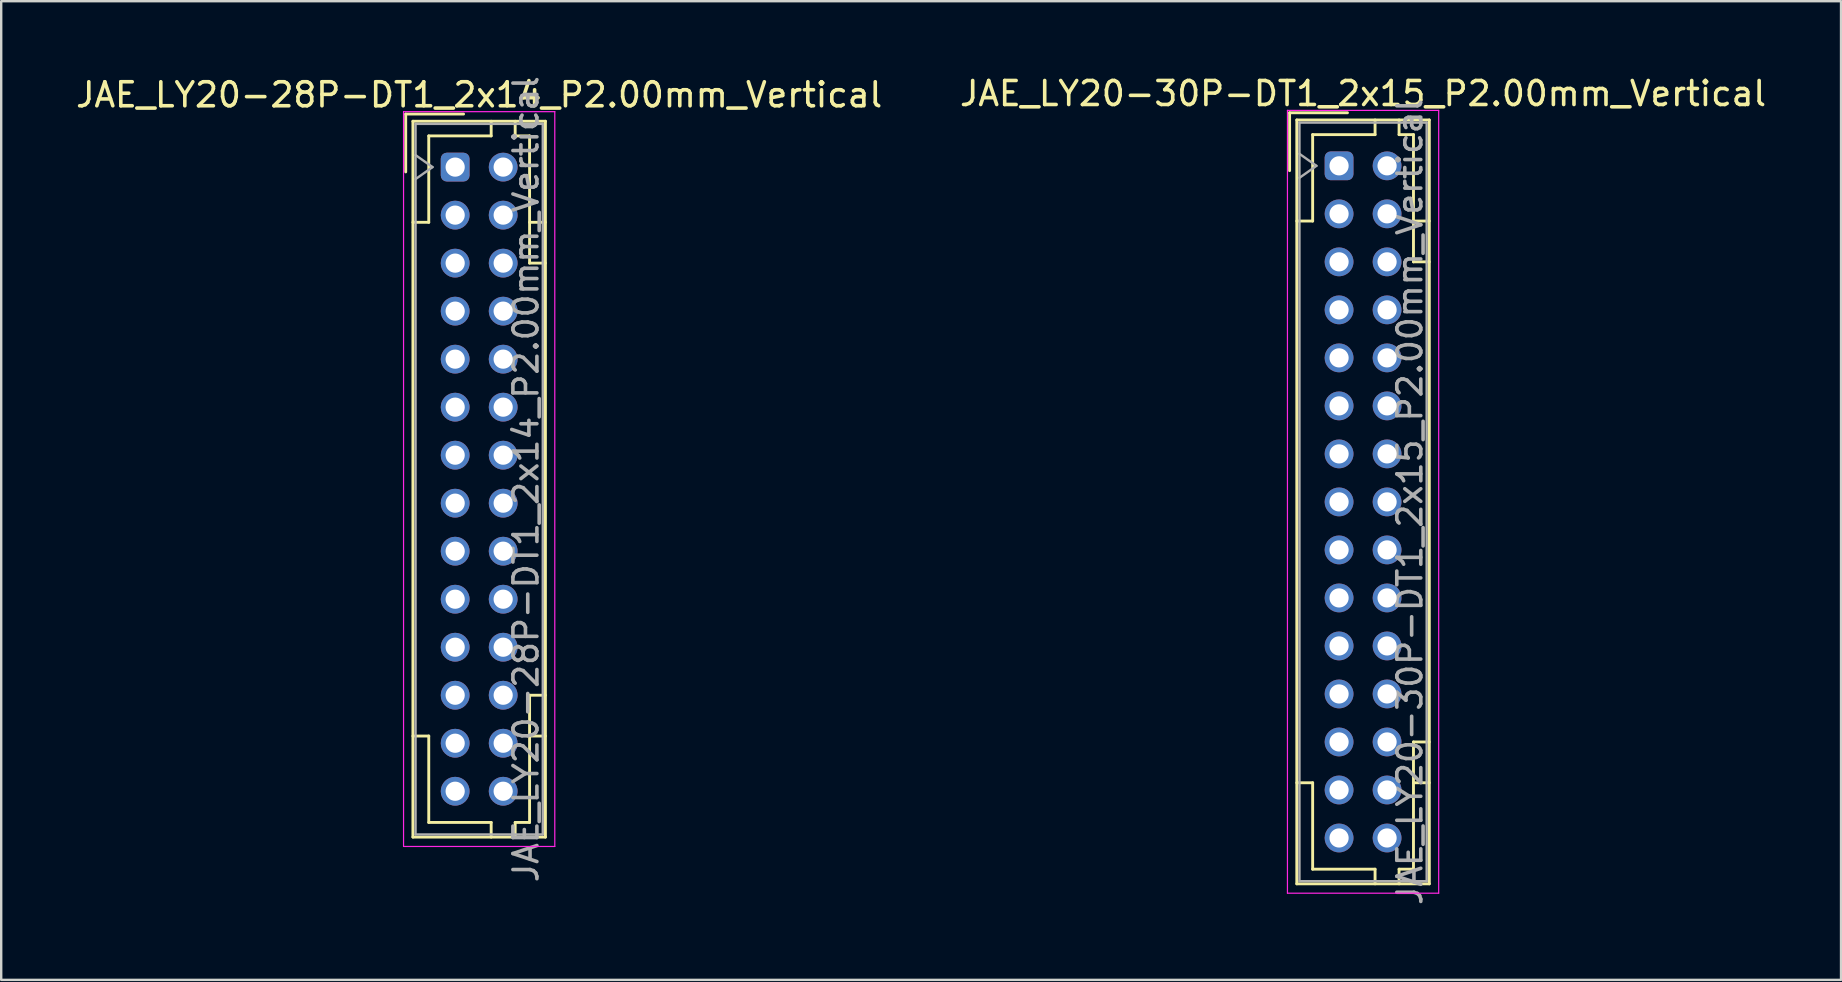
<source format=kicad_pcb>
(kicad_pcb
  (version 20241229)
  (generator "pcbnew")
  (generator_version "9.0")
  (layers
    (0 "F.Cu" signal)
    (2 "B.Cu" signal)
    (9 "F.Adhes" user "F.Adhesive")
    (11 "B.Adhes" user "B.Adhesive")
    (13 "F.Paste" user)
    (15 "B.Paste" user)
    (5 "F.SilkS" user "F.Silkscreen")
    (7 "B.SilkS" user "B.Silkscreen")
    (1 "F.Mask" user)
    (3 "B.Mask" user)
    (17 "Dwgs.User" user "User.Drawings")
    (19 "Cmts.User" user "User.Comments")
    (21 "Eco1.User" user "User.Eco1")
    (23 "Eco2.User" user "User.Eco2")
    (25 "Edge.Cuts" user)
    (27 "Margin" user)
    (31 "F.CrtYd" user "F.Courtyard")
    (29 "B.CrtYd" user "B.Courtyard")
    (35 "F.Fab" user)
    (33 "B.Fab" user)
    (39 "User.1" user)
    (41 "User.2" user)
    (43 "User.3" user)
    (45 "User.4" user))
  (footprint "JAE_LY20-28P-DT1_2x14_P2.00mm_Vertical"
    (layer "F.Cu")
    (at 15.911 3.911)
    (property "Reference" "JAE_LY20-28P-DT1_2x14_P2.00mm_Vertical" (at 1 -3.01 0) (layer "F.SilkS") (effects (font (size 1 1) (thickness 0.15))))
    (attr through_hole)
    (fp_line (start -2.06 -2.21) (end -2.06 0.2) (stroke (width 0.12) (type solid)) (layer "F.SilkS"))
    (fp_line (start -1.76 -1.91) (end -1.76 27.91) (stroke (width 0.12) (type solid)) (layer "F.SilkS"))
    (fp_line (start -1.76 27.91) (end 3.76 27.91) (stroke (width 0.12) (type solid)) (layer "F.SilkS"))
    (fp_line (start -1.1 -1.3) (end -1.1 2.3) (stroke (width 0.12) (type solid)) (layer "F.SilkS"))
    (fp_line (start -1.1 2.3) (end -1.76 2.3) (stroke (width 0.12) (type solid)) (layer "F.SilkS"))
    (fp_line (start -1.1 23.7) (end -1.76 23.7) (stroke (width 0.12) (type solid)) (layer "F.SilkS"))
    (fp_line (start -1.1 27.3) (end -1.1 23.7) (stroke (width 0.12) (type solid)) (layer "F.SilkS"))
    (fp_line (start 0.35 -2.21) (end -2.06 -2.21) (stroke (width 0.12) (type solid)) (layer "F.SilkS"))
    (fp_line (start 1.5 -1.91) (end 1.5 -1.3) (stroke (width 0.12) (type solid)) (layer "F.SilkS"))
    (fp_line (start 1.5 -1.3) (end -1.1 -1.3) (stroke (width 0.12) (type solid)) (layer "F.SilkS"))
    (fp_line (start 1.5 27.3) (end -1.1 27.3) (stroke (width 0.12) (type solid)) (layer "F.SilkS"))
    (fp_line (start 1.5 27.91) (end 1.5 27.3) (stroke (width 0.12) (type solid)) (layer "F.SilkS"))
    (fp_line (start 2.5 -1.91) (end 2.5 -1.3) (stroke (width 0.12) (type solid)) (layer "F.SilkS"))
    (fp_line (start 2.5 -1.3) (end 3.1 -1.3) (stroke (width 0.12) (type solid)) (layer "F.SilkS"))
    (fp_line (start 2.5 27.3) (end 3.1 27.3) (stroke (width 0.12) (type solid)) (layer "F.SilkS"))
    (fp_line (start 2.5 27.91) (end 2.5 27.3) (stroke (width 0.12) (type solid)) (layer "F.SilkS"))
    (fp_line (start 3.1 -1.3) (end 3.1 4) (stroke (width 0.12) (type solid)) (layer "F.SilkS"))
    (fp_line (start 3.1 4) (end 3.76 4) (stroke (width 0.12) (type solid)) (layer "F.SilkS"))
    (fp_line (start 3.1 22) (end 3.76 22) (stroke (width 0.12) (type solid)) (layer "F.SilkS"))
    (fp_line (start 3.1 27.3) (end 3.1 22) (stroke (width 0.12) (type solid)) (layer "F.SilkS"))
    (fp_line (start 3.76 -1.91) (end -1.76 -1.91) (stroke (width 0.12) (type solid)) (layer "F.SilkS"))
    (fp_line (start 3.76 2.3) (end 3.1 2.3) (stroke (width 0.12) (type solid)) (layer "F.SilkS"))
    (fp_line (start 3.76 23.7) (end 3.1 23.7) (stroke (width 0.12) (type solid)) (layer "F.SilkS"))
    (fp_line (start 3.76 27.91) (end 3.76 -1.91) (stroke (width 0.12) (type solid)) (layer "F.SilkS"))
    (fp_line (start -2.15 -2.31) (end -2.15 28.3) (stroke (width 0.05) (type solid)) (layer "F.CrtYd"))
    (fp_line (start -2.15 28.3) (end 4.15 28.3) (stroke (width 0.05) (type solid)) (layer "F.CrtYd"))
    (fp_line (start 4.15 -2.31) (end -2.15 -2.31) (stroke (width 0.05) (type solid)) (layer "F.CrtYd"))
    (fp_line (start 4.15 28.3) (end 4.15 -2.31) (stroke (width 0.05) (type solid)) (layer "F.CrtYd"))
    (fp_line (start -1.65 -1.8) (end -1.65 27.8) (stroke (width 0.1) (type solid)) (layer "F.Fab"))
    (fp_line (start -1.65 0.5) (end -0.943 0) (stroke (width 0.1) (type solid)) (layer "F.Fab"))
    (fp_line (start -1.65 27.8) (end 3.65 27.8) (stroke (width 0.1) (type solid)) (layer "F.Fab"))
    (fp_line (start -0.943 0) (end -1.65 -0.5) (stroke (width 0.1) (type solid)) (layer "F.Fab"))
    (fp_line (start 3.65 -1.8) (end -1.65 -1.8) (stroke (width 0.1) (type solid)) (layer "F.Fab"))
    (fp_line (start 3.65 27.8) (end 3.65 -1.8) (stroke (width 0.1) (type solid)) (layer "F.Fab"))
    (fp_text user "${REFERENCE}" (at 2.95 13 90) (layer "F.Fab") (effects (font (size 1 1) (thickness 0.15))))
    (pad "a1" thru_hole roundrect (at 0 0) (size 1.2 1.2) (drill 0.8) (layers "*.Cu" "*.Mask") (roundrect_rratio 0.208))
    (pad "a2" thru_hole circle (at 0 2) (size 1.2 1.2) (drill 0.8) (layers "*.Cu" "*.Mask"))
    (pad "a3" thru_hole circle (at 0 4) (size 1.2 1.2) (drill 0.8) (layers "*.Cu" "*.Mask"))
    (pad "a4" thru_hole circle (at 0 6) (size 1.2 1.2) (drill 0.8) (layers "*.Cu" "*.Mask"))
    (pad "a5" thru_hole circle (at 0 8) (size 1.2 1.2) (drill 0.8) (layers "*.Cu" "*.Mask"))
    (pad "a6" thru_hole circle (at 0 10) (size 1.2 1.2) (drill 0.8) (layers "*.Cu" "*.Mask"))
    (pad "a7" thru_hole circle (at 0 12) (size 1.2 1.2) (drill 0.8) (layers "*.Cu" "*.Mask"))
    (pad "a8" thru_hole circle (at 0 14) (size 1.2 1.2) (drill 0.8) (layers "*.Cu" "*.Mask"))
    (pad "a9" thru_hole circle (at 0 16) (size 1.2 1.2) (drill 0.8) (layers "*.Cu" "*.Mask"))
    (pad "a10" thru_hole circle (at 0 18) (size 1.2 1.2) (drill 0.8) (layers "*.Cu" "*.Mask"))
    (pad "a11" thru_hole circle (at 0 20) (size 1.2 1.2) (drill 0.8) (layers "*.Cu" "*.Mask"))
    (pad "a12" thru_hole circle (at 0 22) (size 1.2 1.2) (drill 0.8) (layers "*.Cu" "*.Mask"))
    (pad "a13" thru_hole circle (at 0 24) (size 1.2 1.2) (drill 0.8) (layers "*.Cu" "*.Mask"))
    (pad "a14" thru_hole circle (at 0 26) (size 1.2 1.2) (drill 0.8) (layers "*.Cu" "*.Mask"))
    (pad "b1" thru_hole circle (at 2 0) (size 1.2 1.2) (drill 0.8) (layers "*.Cu" "*.Mask"))
    (pad "b2" thru_hole circle (at 2 2) (size 1.2 1.2) (drill 0.8) (layers "*.Cu" "*.Mask"))
    (pad "b3" thru_hole circle (at 2 4) (size 1.2 1.2) (drill 0.8) (layers "*.Cu" "*.Mask"))
    (pad "b4" thru_hole circle (at 2 6) (size 1.2 1.2) (drill 0.8) (layers "*.Cu" "*.Mask"))
    (pad "b5" thru_hole circle (at 2 8) (size 1.2 1.2) (drill 0.8) (layers "*.Cu" "*.Mask"))
    (pad "b6" thru_hole circle (at 2 10) (size 1.2 1.2) (drill 0.8) (layers "*.Cu" "*.Mask"))
    (pad "b7" thru_hole circle (at 2 12) (size 1.2 1.2) (drill 0.8) (layers "*.Cu" "*.Mask"))
    (pad "b8" thru_hole circle (at 2 14) (size 1.2 1.2) (drill 0.8) (layers "*.Cu" "*.Mask"))
    (pad "b9" thru_hole circle (at 2 16) (size 1.2 1.2) (drill 0.8) (layers "*.Cu" "*.Mask"))
    (pad "b10" thru_hole circle (at 2 18) (size 1.2 1.2) (drill 0.8) (layers "*.Cu" "*.Mask"))
    (pad "b11" thru_hole circle (at 2 20) (size 1.2 1.2) (drill 0.8) (layers "*.Cu" "*.Mask"))
    (pad "b12" thru_hole circle (at 2 22) (size 1.2 1.2) (drill 0.8) (layers "*.Cu" "*.Mask"))
    (pad "b13" thru_hole circle (at 2 24) (size 1.2 1.2) (drill 0.8) (layers "*.Cu" "*.Mask"))
    (pad "b14" thru_hole circle (at 2 26) (size 1.2 1.2) (drill 0.8) (layers "*.Cu" "*.Mask")))
  (footprint "JAE_LY20-30P-DT1_2x15_P2.00mm_Vertical"
    (layer "F.Cu")
    (at 52.732 3.858)
    (property "Reference" "JAE_LY20-30P-DT1_2x15_P2.00mm_Vertical" (at 1 -3.01 0) (layer "F.SilkS") (effects (font (size 1 1) (thickness 0.15))))
    (attr through_hole)
    (fp_line (start -2.06 -2.21) (end -2.06 0.2) (stroke (width 0.12) (type solid)) (layer "F.SilkS"))
    (fp_line (start -1.76 -1.91) (end -1.76 29.91) (stroke (width 0.12) (type solid)) (layer "F.SilkS"))
    (fp_line (start -1.76 29.91) (end 3.76 29.91) (stroke (width 0.12) (type solid)) (layer "F.SilkS"))
    (fp_line (start -1.1 -1.3) (end -1.1 2.3) (stroke (width 0.12) (type solid)) (layer "F.SilkS"))
    (fp_line (start -1.1 2.3) (end -1.76 2.3) (stroke (width 0.12) (type solid)) (layer "F.SilkS"))
    (fp_line (start -1.1 25.7) (end -1.76 25.7) (stroke (width 0.12) (type solid)) (layer "F.SilkS"))
    (fp_line (start -1.1 29.3) (end -1.1 25.7) (stroke (width 0.12) (type solid)) (layer "F.SilkS"))
    (fp_line (start 0.35 -2.21) (end -2.06 -2.21) (stroke (width 0.12) (type solid)) (layer "F.SilkS"))
    (fp_line (start 1.5 -1.91) (end 1.5 -1.3) (stroke (width 0.12) (type solid)) (layer "F.SilkS"))
    (fp_line (start 1.5 -1.3) (end -1.1 -1.3) (stroke (width 0.12) (type solid)) (layer "F.SilkS"))
    (fp_line (start 1.5 29.3) (end -1.1 29.3) (stroke (width 0.12) (type solid)) (layer "F.SilkS"))
    (fp_line (start 1.5 29.91) (end 1.5 29.3) (stroke (width 0.12) (type solid)) (layer "F.SilkS"))
    (fp_line (start 2.5 -1.91) (end 2.5 -1.3) (stroke (width 0.12) (type solid)) (layer "F.SilkS"))
    (fp_line (start 2.5 -1.3) (end 3.1 -1.3) (stroke (width 0.12) (type solid)) (layer "F.SilkS"))
    (fp_line (start 2.5 29.3) (end 3.1 29.3) (stroke (width 0.12) (type solid)) (layer "F.SilkS"))
    (fp_line (start 2.5 29.91) (end 2.5 29.3) (stroke (width 0.12) (type solid)) (layer "F.SilkS"))
    (fp_line (start 3.1 -1.3) (end 3.1 4) (stroke (width 0.12) (type solid)) (layer "F.SilkS"))
    (fp_line (start 3.1 4) (end 3.76 4) (stroke (width 0.12) (type solid)) (layer "F.SilkS"))
    (fp_line (start 3.1 24) (end 3.76 24) (stroke (width 0.12) (type solid)) (layer "F.SilkS"))
    (fp_line (start 3.1 29.3) (end 3.1 24) (stroke (width 0.12) (type solid)) (layer "F.SilkS"))
    (fp_line (start 3.76 -1.91) (end -1.76 -1.91) (stroke (width 0.12) (type solid)) (layer "F.SilkS"))
    (fp_line (start 3.76 2.3) (end 3.1 2.3) (stroke (width 0.12) (type solid)) (layer "F.SilkS"))
    (fp_line (start 3.76 25.7) (end 3.1 25.7) (stroke (width 0.12) (type solid)) (layer "F.SilkS"))
    (fp_line (start 3.76 29.91) (end 3.76 -1.91) (stroke (width 0.12) (type solid)) (layer "F.SilkS"))
    (fp_line (start -2.15 -2.31) (end -2.15 30.3) (stroke (width 0.05) (type solid)) (layer "F.CrtYd"))
    (fp_line (start -2.15 30.3) (end 4.15 30.3) (stroke (width 0.05) (type solid)) (layer "F.CrtYd"))
    (fp_line (start 4.15 -2.31) (end -2.15 -2.31) (stroke (width 0.05) (type solid)) (layer "F.CrtYd"))
    (fp_line (start 4.15 30.3) (end 4.15 -2.31) (stroke (width 0.05) (type solid)) (layer "F.CrtYd"))
    (fp_line (start -1.65 -1.8) (end -1.65 29.8) (stroke (width 0.1) (type solid)) (layer "F.Fab"))
    (fp_line (start -1.65 0.5) (end -0.943 0) (stroke (width 0.1) (type solid)) (layer "F.Fab"))
    (fp_line (start -1.65 29.8) (end 3.65 29.8) (stroke (width 0.1) (type solid)) (layer "F.Fab"))
    (fp_line (start -0.943 0) (end -1.65 -0.5) (stroke (width 0.1) (type solid)) (layer "F.Fab"))
    (fp_line (start 3.65 -1.8) (end -1.65 -1.8) (stroke (width 0.1) (type solid)) (layer "F.Fab"))
    (fp_line (start 3.65 29.8) (end 3.65 -1.8) (stroke (width 0.1) (type solid)) (layer "F.Fab"))
    (fp_text user "${REFERENCE}" (at 2.95 14 90) (layer "F.Fab") (effects (font (size 1 1) (thickness 0.15))))
    (pad "a1" thru_hole roundrect (at 0 0) (size 1.2 1.2) (drill 0.8) (layers "*.Cu" "*.Mask") (roundrect_rratio 0.208))
    (pad "a2" thru_hole circle (at 0 2) (size 1.2 1.2) (drill 0.8) (layers "*.Cu" "*.Mask"))
    (pad "a3" thru_hole circle (at 0 4) (size 1.2 1.2) (drill 0.8) (layers "*.Cu" "*.Mask"))
    (pad "a4" thru_hole circle (at 0 6) (size 1.2 1.2) (drill 0.8) (layers "*.Cu" "*.Mask"))
    (pad "a5" thru_hole circle (at 0 8) (size 1.2 1.2) (drill 0.8) (layers "*.Cu" "*.Mask"))
    (pad "a6" thru_hole circle (at 0 10) (size 1.2 1.2) (drill 0.8) (layers "*.Cu" "*.Mask"))
    (pad "a7" thru_hole circle (at 0 12) (size 1.2 1.2) (drill 0.8) (layers "*.Cu" "*.Mask"))
    (pad "a8" thru_hole circle (at 0 14) (size 1.2 1.2) (drill 0.8) (layers "*.Cu" "*.Mask"))
    (pad "a9" thru_hole circle (at 0 16) (size 1.2 1.2) (drill 0.8) (layers "*.Cu" "*.Mask"))
    (pad "a10" thru_hole circle (at 0 18) (size 1.2 1.2) (drill 0.8) (layers "*.Cu" "*.Mask"))
    (pad "a11" thru_hole circle (at 0 20) (size 1.2 1.2) (drill 0.8) (layers "*.Cu" "*.Mask"))
    (pad "a12" thru_hole circle (at 0 22) (size 1.2 1.2) (drill 0.8) (layers "*.Cu" "*.Mask"))
    (pad "a13" thru_hole circle (at 0 24) (size 1.2 1.2) (drill 0.8) (layers "*.Cu" "*.Mask"))
    (pad "a14" thru_hole circle (at 0 26) (size 1.2 1.2) (drill 0.8) (layers "*.Cu" "*.Mask"))
    (pad "a15" thru_hole circle (at 0 28) (size 1.2 1.2) (drill 0.8) (layers "*.Cu" "*.Mask"))
    (pad "b1" thru_hole circle (at 2 0) (size 1.2 1.2) (drill 0.8) (layers "*.Cu" "*.Mask"))
    (pad "b2" thru_hole circle (at 2 2) (size 1.2 1.2) (drill 0.8) (layers "*.Cu" "*.Mask"))
    (pad "b3" thru_hole circle (at 2 4) (size 1.2 1.2) (drill 0.8) (layers "*.Cu" "*.Mask"))
    (pad "b4" thru_hole circle (at 2 6) (size 1.2 1.2) (drill 0.8) (layers "*.Cu" "*.Mask"))
    (pad "b5" thru_hole circle (at 2 8) (size 1.2 1.2) (drill 0.8) (layers "*.Cu" "*.Mask"))
    (pad "b6" thru_hole circle (at 2 10) (size 1.2 1.2) (drill 0.8) (layers "*.Cu" "*.Mask"))
    (pad "b7" thru_hole circle (at 2 12) (size 1.2 1.2) (drill 0.8) (layers "*.Cu" "*.Mask"))
    (pad "b8" thru_hole circle (at 2 14) (size 1.2 1.2) (drill 0.8) (layers "*.Cu" "*.Mask"))
    (pad "b9" thru_hole circle (at 2 16) (size 1.2 1.2) (drill 0.8) (layers "*.Cu" "*.Mask"))
    (pad "b10" thru_hole circle (at 2 18) (size 1.2 1.2) (drill 0.8) (layers "*.Cu" "*.Mask"))
    (pad "b11" thru_hole circle (at 2 20) (size 1.2 1.2) (drill 0.8) (layers "*.Cu" "*.Mask"))
    (pad "b12" thru_hole circle (at 2 22) (size 1.2 1.2) (drill 0.8) (layers "*.Cu" "*.Mask"))
    (pad "b13" thru_hole circle (at 2 24) (size 1.2 1.2) (drill 0.8) (layers "*.Cu" "*.Mask"))
    (pad "b14" thru_hole circle (at 2 26) (size 1.2 1.2) (drill 0.8) (layers "*.Cu" "*.Mask"))
    (pad "b15" thru_hole circle (at 2 28) (size 1.2 1.2) (drill 0.8) (layers "*.Cu" "*.Mask")))
  (gr_rect
    (start -3 -3)
    (end 73.643 37.769)
    (stroke (width 0.1) (type default))
    (fill no)
    (layer "Edge.Cuts")))
</source>
